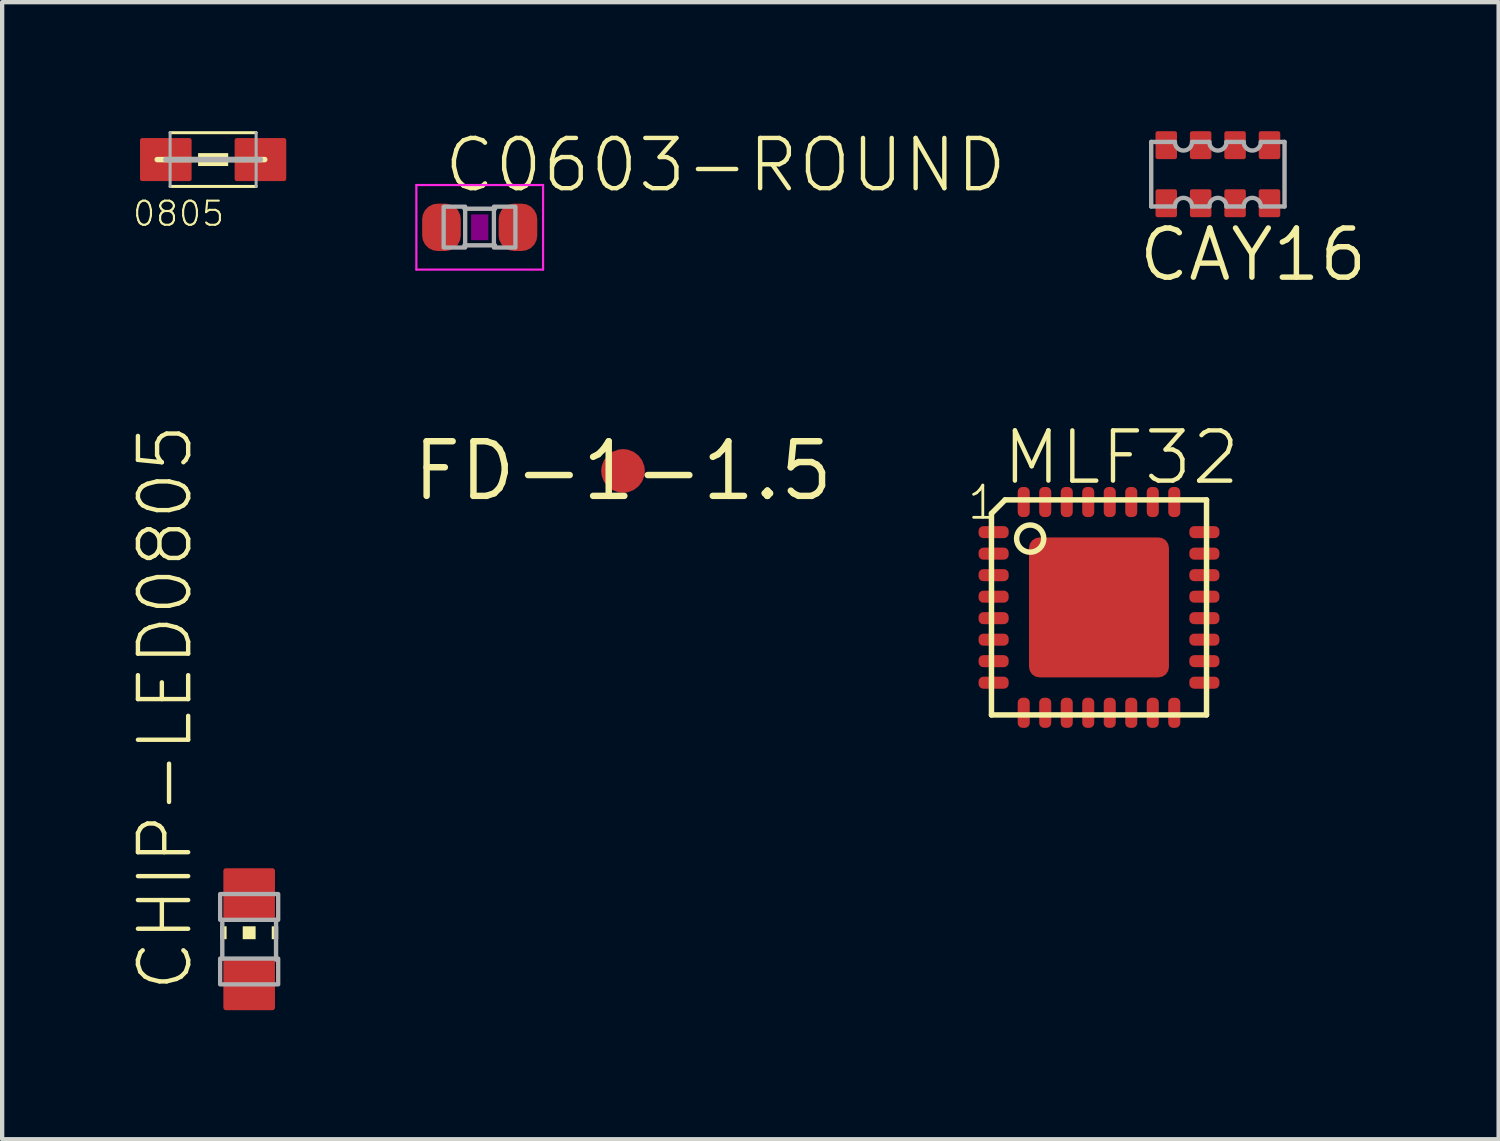
<source format=kicad_pcb>
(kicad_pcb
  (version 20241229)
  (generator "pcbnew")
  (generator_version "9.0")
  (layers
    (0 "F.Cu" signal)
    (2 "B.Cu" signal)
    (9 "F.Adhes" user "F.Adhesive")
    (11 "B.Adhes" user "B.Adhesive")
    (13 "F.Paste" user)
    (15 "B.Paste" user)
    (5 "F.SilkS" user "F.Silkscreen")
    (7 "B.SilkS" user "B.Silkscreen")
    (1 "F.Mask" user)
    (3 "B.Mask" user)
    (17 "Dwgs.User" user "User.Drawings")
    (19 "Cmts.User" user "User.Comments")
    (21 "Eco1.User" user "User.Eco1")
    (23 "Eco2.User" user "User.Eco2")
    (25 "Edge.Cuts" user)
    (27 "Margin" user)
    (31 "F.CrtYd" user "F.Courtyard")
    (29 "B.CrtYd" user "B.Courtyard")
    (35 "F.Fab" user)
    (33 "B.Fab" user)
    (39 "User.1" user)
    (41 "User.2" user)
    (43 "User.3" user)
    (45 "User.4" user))
  (footprint "CAY16"
    (layer "F.Cu")
    (at 25.265 1)
    (property "Reference" "CAY16" (at -1.905 2.54 0) (unlocked yes) (layer "F.SilkS") (effects (font (size 1.143 1.143) (thickness 0.127)) (justify left bottom)))
    (fp_line (start -1.55 -0.75) (end -1 -0.75) (stroke (width 0.102) (type solid)) (layer "F.Fab"))
    (fp_line (start -1.55 0.75) (end -1.55 -0.75) (stroke (width 0.102) (type solid)) (layer "F.Fab"))
    (fp_line (start -1 0.75) (end -1.55 0.75) (stroke (width 0.102) (type solid)) (layer "F.Fab"))
    (fp_line (start -0.6 -0.75) (end -0.2 -0.75) (stroke (width 0.102) (type solid)) (layer "F.Fab"))
    (fp_line (start -0.2 0.75) (end -0.6 0.75) (stroke (width 0.102) (type solid)) (layer "F.Fab"))
    (fp_line (start 0.2 -0.75) (end 0.6 -0.75) (stroke (width 0.102) (type solid)) (layer "F.Fab"))
    (fp_line (start 0.6 0.75) (end 0.2 0.75) (stroke (width 0.102) (type solid)) (layer "F.Fab"))
    (fp_line (start 1 -0.75) (end 1.55 -0.75) (stroke (width 0.102) (type solid)) (layer "F.Fab"))
    (fp_line (start 1.55 -0.75) (end 1.55 0.75) (stroke (width 0.102) (type solid)) (layer "F.Fab"))
    (fp_line (start 1.55 0.75) (end 1 0.75) (stroke (width 0.102) (type solid)) (layer "F.Fab"))
    (fp_arc (start -1 0.75) (mid -0.8 0.55) (end -0.6 0.75) (stroke (width 0.1016) (type solid)) (layer "F.Fab"))
    (fp_arc (start -0.6 -0.75) (mid -0.8 -0.55) (end -1 -0.75) (stroke (width 0.1016) (type solid)) (layer "F.Fab"))
    (fp_arc (start -0.2 0.75) (mid 0 0.55) (end 0.2 0.75) (stroke (width 0.1016) (type solid)) (layer "F.Fab"))
    (fp_arc (start 0.2 -0.75) (mid 0 -0.55) (end -0.2 -0.75) (stroke (width 0.1016) (type solid)) (layer "F.Fab"))
    (fp_arc (start 0.6 0.75) (mid 0.8 0.55) (end 1 0.75) (stroke (width 0.1016) (type solid)) (layer "F.Fab"))
    (fp_arc (start 1 -0.75) (mid 0.8 -0.55) (end 0.6 -0.75) (stroke (width 0.1016) (type solid)) (layer "F.Fab"))
    (pad "1" smd roundrect (at -1.2 0.675) (size 0.5 0.65) (layers "F.Cu" "F.Mask" "F.Paste") (roundrect_rratio 0.102))
    (pad "2" smd roundrect (at -0.4 0.675) (size 0.5 0.65) (layers "F.Cu" "F.Mask" "F.Paste") (roundrect_rratio 0.102))
    (pad "3" smd roundrect (at 0.4 0.675) (size 0.5 0.65) (layers "F.Cu" "F.Mask" "F.Paste") (roundrect_rratio 0.102))
    (pad "4" smd roundrect (at 1.2 0.675) (size 0.5 0.65) (layers "F.Cu" "F.Mask" "F.Paste") (roundrect_rratio 0.102))
    (pad "5" smd roundrect (at 1.2 -0.675) (size 0.5 0.65) (layers "F.Cu" "F.Mask" "F.Paste") (roundrect_rratio 0.102))
    (pad "6" smd roundrect (at 0.4 -0.675) (size 0.5 0.65) (layers "F.Cu" "F.Mask" "F.Paste") (roundrect_rratio 0.102))
    (pad "7" smd roundrect (at -0.4 -0.675) (size 0.5 0.65) (layers "F.Cu" "F.Mask" "F.Paste") (roundrect_rratio 0.102))
    (pad "8" smd roundrect (at -1.2 -0.675) (size 0.5 0.65) (layers "F.Cu" "F.Mask" "F.Paste") (roundrect_rratio 0.102)))
  (footprint "MLF32"
    (layer "F.Cu")
    (at 22.501 11.072)
    (property "Reference" "MLF32" (at -2.3 -2.8 0) (unlocked yes) (layer "F.SilkS") (effects (font (size 1.168 1.168) (thickness 0.102)) (justify left bottom)))
    (fp_poly (pts (xy 0.232 -1.313) (xy 0.456 -1.253) (xy 0.667 -1.155) (xy 0.857 -1.022) (xy 1.022 -0.857) (xy 1.155 -0.667) (xy 1.254 -0.454) (xy 1.334 -0.003) (xy 1.313 0.232) (xy 1.253 0.456) (xy 1.155 0.667) (xy 1.022 0.857) (xy 0.857 1.022) (xy 0.667 1.155) (xy 0.456 1.253) (xy 0.232 1.313) (xy 0 1.334) (xy -0.232 1.313) (xy -0.456 1.253) (xy -0.667 1.155) (xy -0.857 1.022) (xy -1.022 0.857) (xy -1.155 0.667) (xy -1.253 0.456) (xy -1.313 0.232) (xy -1.334 0) (xy -1.313 -0.232) (xy -1.253 -0.456) (xy -1.155 -0.667) (xy -1.022 -0.857) (xy -0.857 -1.022) (xy -0.667 -1.155) (xy -0.456 -1.253) (xy -0.232 -1.313) (xy 0 -1.334)) (stroke (width 0) (type default)) (fill yes) (layer "F.Mask"))
    (fp_line (start -2.5 -2.183) (end -2.5 2.5) (stroke (width 0.127) (type solid)) (layer "F.SilkS"))
    (fp_line (start -2.5 2.5) (end 2.5 2.5) (stroke (width 0.127) (type solid)) (layer "F.SilkS"))
    (fp_line (start -2.183 -2.5) (end -2.5 -2.183) (stroke (width 0.127) (type solid)) (layer "F.SilkS"))
    (fp_line (start 2.5 -2.5) (end -2.183 -2.5) (stroke (width 0.127) (type solid)) (layer "F.SilkS"))
    (fp_line (start 2.5 2.5) (end 2.5 -2.5) (stroke (width 0.127) (type solid)) (layer "F.SilkS"))
    (fp_circle (center -1.6 -1.6) (end -1.284 -1.6) (stroke (width 0.127) (type solid)) (fill no) (layer "F.SilkS"))
    (fp_poly (pts (xy -0.635 0.635) (xy 0.635 0.635) (xy 0.635 -0.635) (xy -0.635 -0.635)) (stroke (width 0) (type default)) (fill yes) (layer "F.Paste"))
    (fp_text user "1" (at -3.1 -2 0) (unlocked yes) (layer "F.SilkS") (effects (font (size 0.748 0.748) (thickness 0.065)) (justify left bottom)))
    (pad "1" smd roundrect (at -2.45 -1.75 90) (size 0.28 0.7) (layers "F.Cu" "F.Mask" "F.Paste") (roundrect_rratio 0.4))
    (pad "2" smd roundrect (at -2.45 -1.25 90) (size 0.28 0.7) (layers "F.Cu" "F.Mask" "F.Paste") (roundrect_rratio 0.4))
    (pad "3" smd roundrect (at -2.45 -0.75 90) (size 0.28 0.7) (layers "F.Cu" "F.Mask" "F.Paste") (roundrect_rratio 0.4))
    (pad "4" smd roundrect (at -2.45 -0.25 90) (size 0.28 0.7) (layers "F.Cu" "F.Mask" "F.Paste") (roundrect_rratio 0.4))
    (pad "5" smd roundrect (at -2.45 0.25 90) (size 0.28 0.7) (layers "F.Cu" "F.Mask" "F.Paste") (roundrect_rratio 0.4))
    (pad "6" smd roundrect (at -2.45 0.75 90) (size 0.28 0.7) (layers "F.Cu" "F.Mask" "F.Paste") (roundrect_rratio 0.4))
    (pad "7" smd roundrect (at -2.45 1.25 90) (size 0.28 0.7) (layers "F.Cu" "F.Mask" "F.Paste") (roundrect_rratio 0.4))
    (pad "8" smd roundrect (at -2.45 1.75 90) (size 0.28 0.7) (layers "F.Cu" "F.Mask" "F.Paste") (roundrect_rratio 0.4))
    (pad "9" smd roundrect (at -1.75 2.45 180) (size 0.28 0.7) (layers "F.Cu" "F.Mask" "F.Paste") (roundrect_rratio 0.4))
    (pad "10" smd roundrect (at -1.25 2.45 180) (size 0.28 0.7) (layers "F.Cu" "F.Mask" "F.Paste") (roundrect_rratio 0.4))
    (pad "11" smd roundrect (at -0.75 2.45 180) (size 0.28 0.7) (layers "F.Cu" "F.Mask" "F.Paste") (roundrect_rratio 0.4))
    (pad "12" smd roundrect (at -0.25 2.45 180) (size 0.28 0.7) (layers "F.Cu" "F.Mask" "F.Paste") (roundrect_rratio 0.4))
    (pad "13" smd roundrect (at 0.25 2.45 180) (size 0.28 0.7) (layers "F.Cu" "F.Mask" "F.Paste") (roundrect_rratio 0.4))
    (pad "14" smd roundrect (at 0.75 2.45 180) (size 0.28 0.7) (layers "F.Cu" "F.Mask" "F.Paste") (roundrect_rratio 0.4))
    (pad "15" smd roundrect (at 1.25 2.45 180) (size 0.28 0.7) (layers "F.Cu" "F.Mask" "F.Paste") (roundrect_rratio 0.4))
    (pad "16" smd roundrect (at 1.75 2.45 180) (size 0.28 0.7) (layers "F.Cu" "F.Mask" "F.Paste") (roundrect_rratio 0.4))
    (pad "17" smd roundrect (at 2.45 1.75 90) (size 0.28 0.7) (layers "F.Cu" "F.Mask" "F.Paste") (roundrect_rratio 0.4))
    (pad "18" smd roundrect (at 2.45 1.25 90) (size 0.28 0.7) (layers "F.Cu" "F.Mask" "F.Paste") (roundrect_rratio 0.4))
    (pad "19" smd roundrect (at 2.45 0.75 90) (size 0.28 0.7) (layers "F.Cu" "F.Mask" "F.Paste") (roundrect_rratio 0.4))
    (pad "20" smd roundrect (at 2.45 0.25 90) (size 0.28 0.7) (layers "F.Cu" "F.Mask" "F.Paste") (roundrect_rratio 0.4))
    (pad "21" smd roundrect (at 2.45 -0.25 90) (size 0.28 0.7) (layers "F.Cu" "F.Mask" "F.Paste") (roundrect_rratio 0.4))
    (pad "22" smd roundrect (at 2.45 -0.75 90) (size 0.28 0.7) (layers "F.Cu" "F.Mask" "F.Paste") (roundrect_rratio 0.4))
    (pad "23" smd roundrect (at 2.45 -1.25 90) (size 0.28 0.7) (layers "F.Cu" "F.Mask" "F.Paste") (roundrect_rratio 0.4))
    (pad "24" smd roundrect (at 2.45 -1.75 90) (size 0.28 0.7) (layers "F.Cu" "F.Mask" "F.Paste") (roundrect_rratio 0.4))
    (pad "25" smd roundrect (at 1.75 -2.45 180) (size 0.28 0.7) (layers "F.Cu" "F.Mask" "F.Paste") (roundrect_rratio 0.4))
    (pad "26" smd roundrect (at 1.25 -2.45 180) (size 0.28 0.7) (layers "F.Cu" "F.Mask" "F.Paste") (roundrect_rratio 0.4))
    (pad "27" smd roundrect (at 0.75 -2.45 180) (size 0.28 0.7) (layers "F.Cu" "F.Mask" "F.Paste") (roundrect_rratio 0.4))
    (pad "28" smd roundrect (at 0.25 -2.45 180) (size 0.28 0.7) (layers "F.Cu" "F.Mask" "F.Paste") (roundrect_rratio 0.4))
    (pad "29" smd roundrect (at -0.25 -2.45 180) (size 0.28 0.7) (layers "F.Cu" "F.Mask" "F.Paste") (roundrect_rratio 0.4))
    (pad "30" smd roundrect (at -0.75 -2.45 180) (size 0.28 0.7) (layers "F.Cu" "F.Mask" "F.Paste") (roundrect_rratio 0.4))
    (pad "31" smd roundrect (at -1.25 -2.45 180) (size 0.28 0.7) (layers "F.Cu" "F.Mask" "F.Paste") (roundrect_rratio 0.4))
    (pad "32" smd roundrect (at -1.75 -2.45 180) (size 0.28 0.7) (layers "F.Cu" "F.Mask" "F.Paste") (roundrect_rratio 0.4))
    (pad "33" smd roundrect (at 0 0 180) (size 3.254 3.254) (layers "F.Cu") (roundrect_rratio 0.075)))
  (footprint "FD-1-1.5"
    (layer "F.Cu")
    (at 11.435 7.899)
    (property "Reference" "FD-1-1.5" (at 0 0 0) (layer "F.SilkS") (effects (font (size 1.27 1.27) (thickness 0.15))))
    (fp_circle (center 0 0) (end 0.5 0) (stroke (width 1.2) (type solid)) (fill no) (layer "F.Mask"))
    (pad "P$1" smd roundrect (at 0 0) (size 1.016 1.016) (layers "F.Cu" "F.Mask") (roundrect_rratio 0.5))
    (zone (net_name "") (layer "F.Cu") (hatch edge 0.5) (connect_pads) (min_thickness 0.25) (filled_areas_thickness no) (keepout (tracks not_allowed) (vias not_allowed) (pads not_allowed) (copperpour not_allowed) (footprints allowed)) (placement (enabled no)) (fill) (polygon (pts (xy 12.498 7.899) (xy 12.478 7.692) (xy 12.417 7.492) (xy 12.319 7.308) (xy 12.187 7.147) (xy 12.025 7.015) (xy 11.842 6.917) (xy 11.642 6.856) (xy 11.435 6.836) (xy 11.227 6.856) (xy 11.028 6.917) (xy 10.844 7.015) (xy 10.683 7.147) (xy 10.55 7.308) (xy 10.452 7.492) (xy 10.391 7.692) (xy 10.371 7.899) (xy 10.391 8.107) (xy 10.452 8.306) (xy 10.55 8.49) (xy 10.683 8.651) (xy 10.844 8.783) (xy 11.028 8.882) (xy 11.227 8.942) (xy 11.435 8.963) (xy 11.642 8.942) (xy 11.842 8.882) (xy 12.025 8.783) (xy 12.187 8.651) (xy 12.319 8.49) (xy 12.417 8.306) (xy 12.478 8.107))) (polygon (pts (xy 12.371 7.899) (xy 12.351 7.704) (xy 12.29 7.518) (xy 12.192 7.349) (xy 12.061 7.203) (xy 11.903 7.088) (xy 11.724 7.008) (xy 11.532 6.968) (xy 11.337 6.968) (xy 11.145 7.008) (xy 10.966 7.088) (xy 10.808 7.203) (xy 10.677 7.349) (xy 10.579 7.518) (xy 10.518 7.704) (xy 10.498 7.899) (xy 10.518 8.094) (xy 10.579 8.28) (xy 10.677 8.45) (xy 10.808 8.595) (xy 10.966 8.71) (xy 11.145 8.79) (xy 11.337 8.83) (xy 11.532 8.83) (xy 11.724 8.79) (xy 11.903 8.71) (xy 12.061 8.595) (xy 12.192 8.45) (xy 12.29 8.28) (xy 12.351 8.094)))))
  (footprint "0805"
    (layer "F.Cu")
    (at 1.905 0.66)
    (property "Reference" "0805" (at -1.905 1.587 0) (unlocked yes) (layer "F.SilkS") (effects (font (size 0.561 0.561) (thickness 0.049)) (justify left bottom)))
    (fp_line (start -1.3 0) (end 1.2 0) (stroke (width 0.127) (type solid)) (layer "F.SilkS"))
    (fp_line (start -1 -0.625) (end 1 -0.625) (stroke (width 0.07) (type solid)) (layer "F.SilkS"))
    (fp_line (start 1 0.625) (end -1 0.625) (stroke (width 0.07) (type solid)) (layer "F.SilkS"))
    (fp_poly (pts (xy -0.35 0.15) (xy 0.35 0.15) (xy 0.35 -0.15) (xy -0.35 -0.15)) (stroke (width 0) (type default)) (fill yes) (layer "F.SilkS"))
    (fp_line (start -1.1 0) (end 1.1 0) (stroke (width 0.127) (type solid)) (layer "F.Fab"))
    (fp_line (start -1 0.625) (end -1 -0.625) (stroke (width 0.07) (type solid)) (layer "F.Fab"))
    (fp_line (start 1 -0.625) (end 1 0.625) (stroke (width 0.07) (type solid)) (layer "F.Fab"))
    (pad "1" smd roundrect (at -1.1 0) (size 1.2 1) (layers "F.Cu" "F.Mask" "F.Paste") (roundrect_rratio 0.051))
    (pad "2" smd roundrect (at 1.1 0) (size 1.2 1) (layers "F.Cu" "F.Mask" "F.Paste") (roundrect_rratio 0.051)))
  (footprint "CHIP-LED0805"
    (layer "F.Cu")
    (at 2.743 18.786)
    (property "Reference" "CHIP-LED0805" (at -1.27 1.27 90) (unlocked yes) (layer "F.SilkS") (effects (font (size 1.168 1.168) (thickness 0.102)) (justify left bottom)))
    (fp_poly (pts (xy -0.675 0) (xy -0.525 0) (xy -0.525 -0.3) (xy -0.675 -0.3)) (stroke (width 0) (type default)) (fill yes) (layer "F.SilkS"))
    (fp_poly (pts (xy -0.15 0) (xy 0.15 0) (xy 0.15 -0.3) (xy -0.15 -0.3)) (stroke (width 0) (type default)) (fill yes) (layer "F.SilkS"))
    (fp_poly (pts (xy 0.525 0) (xy 0.675 0) (xy 0.675 -0.3) (xy 0.525 -0.3)) (stroke (width 0) (type default)) (fill yes) (layer "F.SilkS"))
    (fp_line (start -0.625 -0.45) (end -0.625 0.45) (stroke (width 0.102) (type solid)) (layer "F.Fab"))
    (fp_line (start 0.625 -0.45) (end 0.625 0.475) (stroke (width 0.102) (type solid)) (layer "F.Fab"))
    (fp_poly (pts (xy -0.675 -0.45) (xy 0.675 -0.45) (xy 0.675 -1.05) (xy -0.675 -1.05)) (stroke (width 0.1) (type default)) (fill no) (layer "F.Fab"))
    (fp_poly (pts (xy -0.675 1.05) (xy 0.675 1.05) (xy 0.675 0.45) (xy -0.675 0.45)) (stroke (width 0.1) (type default)) (fill no) (layer "F.Fab"))
    (pad "A" smd roundrect (at 0 1.05) (size 1.2 1.2) (layers "F.Cu" "F.Mask" "F.Paste") (roundrect_rratio 0.05))
    (pad "C" smd roundrect (at 0 -1.05) (size 1.2 1.2) (layers "F.Cu" "F.Mask" "F.Paste") (roundrect_rratio 0.05)))
  (footprint "C0603-ROUND"
    (layer "F.Cu")
    (at 8.103 2.235)
    (property "Reference" "C0603-ROUND" (at -0.889 -0.762 0) (unlocked yes) (layer "F.SilkS") (effects (font (size 1.168 1.168) (thickness 0.102)) (justify left bottom)))
    (fp_poly (pts (xy -0.2 0.3) (xy 0.2 0.3) (xy 0.2 -0.3) (xy -0.2 -0.3)) (stroke (width 0) (type default)) (fill yes) (layer "F.Adhes"))
    (fp_line (start -1.473 -0.983) (end 1.473 -0.983) (stroke (width 0.051) (type solid)) (layer "F.CrtYd"))
    (fp_line (start -1.473 0.983) (end -1.473 -0.983) (stroke (width 0.051) (type solid)) (layer "F.CrtYd"))
    (fp_line (start 1.473 -0.983) (end 1.473 0.983) (stroke (width 0.051) (type solid)) (layer "F.CrtYd"))
    (fp_line (start 1.473 0.983) (end -1.473 0.983) (stroke (width 0.051) (type solid)) (layer "F.CrtYd"))
    (fp_line (start -0.356 -0.432) (end 0.356 -0.432) (stroke (width 0.102) (type solid)) (layer "F.Fab"))
    (fp_line (start -0.356 0.419) (end 0.356 0.419) (stroke (width 0.102) (type solid)) (layer "F.Fab"))
    (fp_poly (pts (xy -0.838 0.47) (xy -0.338 0.47) (xy -0.338 -0.48) (xy -0.838 -0.48)) (stroke (width 0.1) (type default)) (fill no) (layer "F.Fab"))
    (fp_poly (pts (xy 0.33 0.47) (xy 0.83 0.47) (xy 0.83 -0.48) (xy 0.33 -0.48)) (stroke (width 0.1) (type default)) (fill no) (layer "F.Fab"))
    (pad "1" smd roundrect (at -0.889 0 90) (size 1.1 0.898) (layers "F.Cu" "F.Mask" "F.Paste") (roundrect_rratio 0.4))
    (pad "2" smd roundrect (at 0.889 0 90) (size 1.1 0.898) (layers "F.Cu" "F.Mask" "F.Paste") (roundrect_rratio 0.4)))
  (gr_rect
    (start -3 -3)
    (end 31.792 23.436)
    (stroke (width 0.1) (type default))
    (fill no)
    (layer "Edge.Cuts")))
</source>
